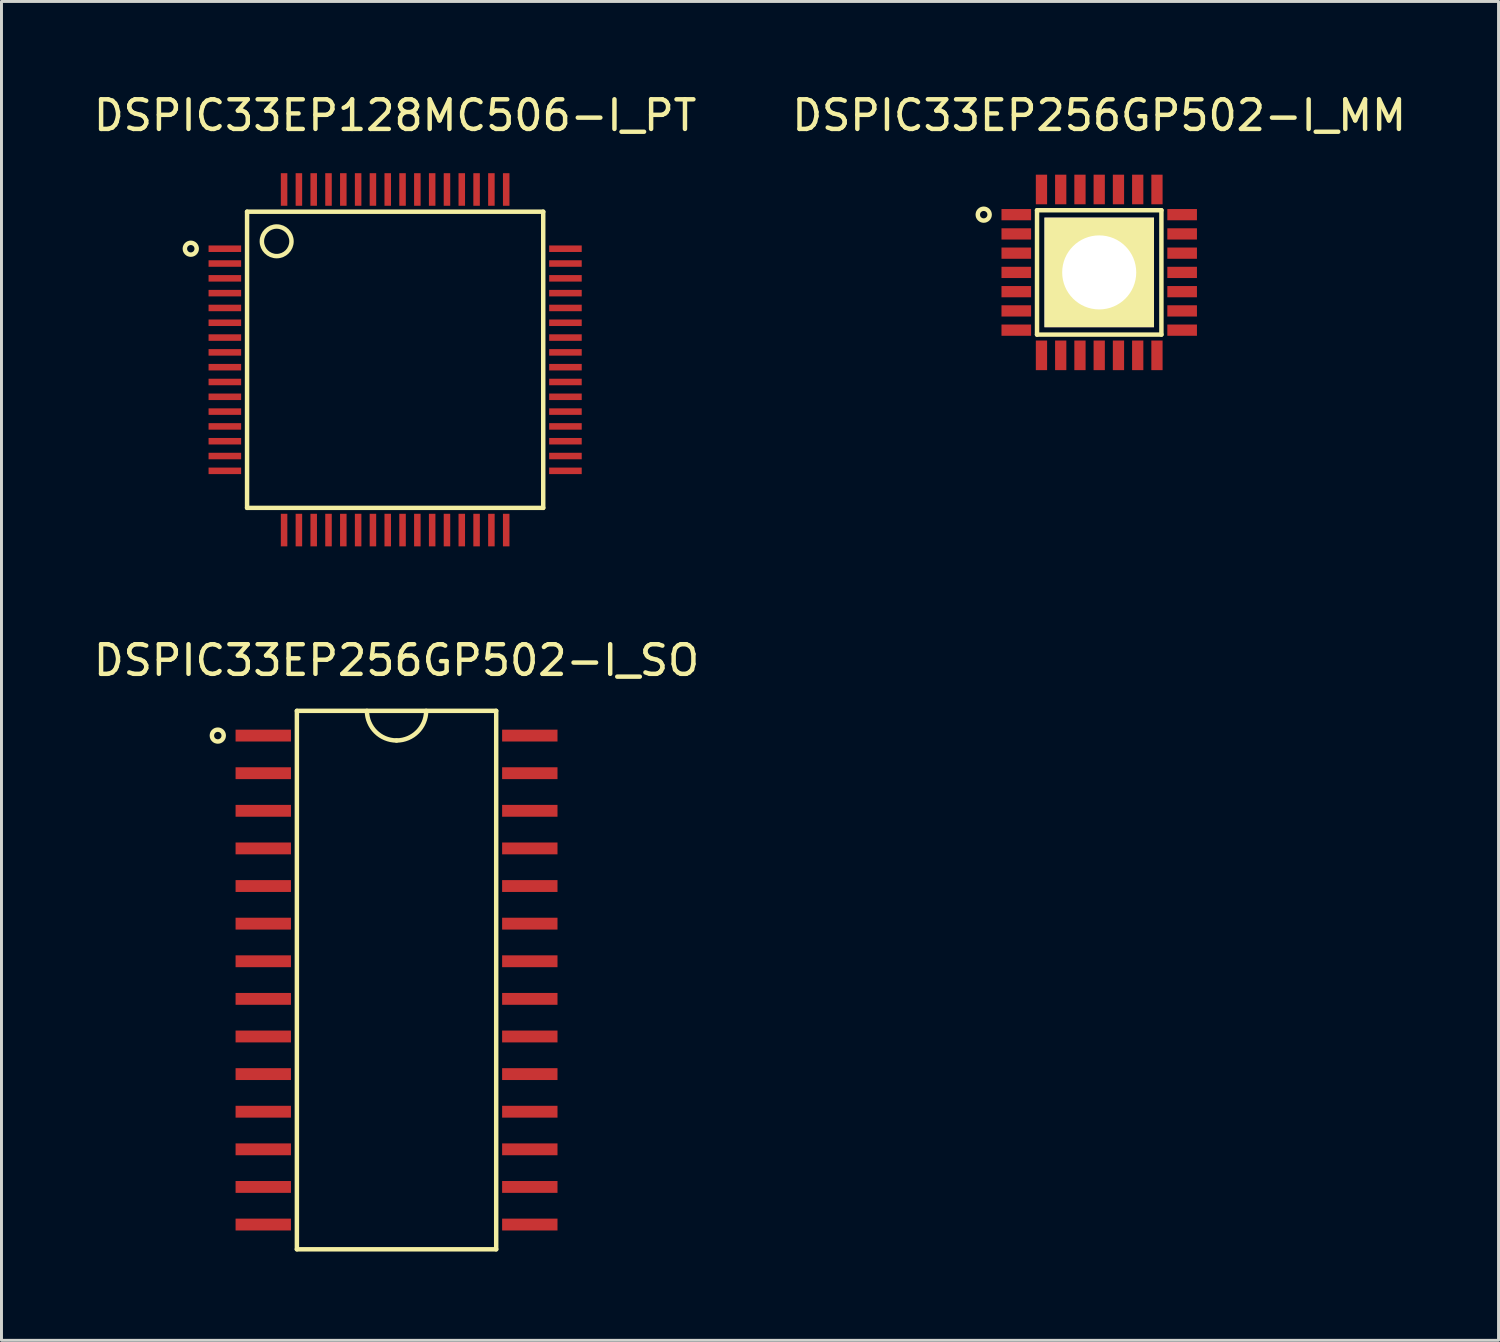
<source format=kicad_pcb>
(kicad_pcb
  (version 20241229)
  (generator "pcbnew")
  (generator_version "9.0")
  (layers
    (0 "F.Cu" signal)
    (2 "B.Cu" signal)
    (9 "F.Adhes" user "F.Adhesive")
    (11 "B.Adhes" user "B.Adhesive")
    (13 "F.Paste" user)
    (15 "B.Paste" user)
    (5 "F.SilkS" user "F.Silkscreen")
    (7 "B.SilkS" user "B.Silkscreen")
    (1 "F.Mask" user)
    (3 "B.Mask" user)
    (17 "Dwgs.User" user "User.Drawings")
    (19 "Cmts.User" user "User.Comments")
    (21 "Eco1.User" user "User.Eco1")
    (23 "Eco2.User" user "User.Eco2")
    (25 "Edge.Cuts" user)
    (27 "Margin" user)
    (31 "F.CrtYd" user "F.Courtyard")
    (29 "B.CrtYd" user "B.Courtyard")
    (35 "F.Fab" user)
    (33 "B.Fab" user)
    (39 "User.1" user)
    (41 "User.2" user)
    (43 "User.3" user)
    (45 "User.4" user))
  (footprint "DSPIC33EP256GP502-I_SO"
    (layer "F.Cu")
    (at 5.839 21.787)
    (property "Reference" "DSPIC33EP256GP502-I_SO" (at 4.5 -2.54 0) (layer "F.SilkS") (effects (font (size 1 1) (thickness 0.15))))
    (attr through_hole)
    (fp_line (start 1.135 -0.835) (end 7.865 -0.835) (stroke (width 0.15) (type solid)) (layer "F.SilkS"))
    (fp_line (start 1.135 17.345) (end 1.135 -0.835) (stroke (width 0.15) (type solid)) (layer "F.SilkS"))
    (fp_line (start 7.865 -0.835) (end 7.865 17.345) (stroke (width 0.15) (type solid)) (layer "F.SilkS"))
    (fp_line (start 7.865 17.345) (end 1.135 17.345) (stroke (width 0.15) (type solid)) (layer "F.SilkS"))
    (fp_arc (start 4.5 0.165) (mid 3.792893 -0.127893) (end 3.5 -0.835) (stroke (width 0.15) (type solid)) (layer "F.SilkS"))
    (fp_arc (start 5.5 -0.835) (mid 5.207107 -0.127893) (end 4.5 0.165) (stroke (width 0.15) (type solid)) (layer "F.SilkS"))
    (fp_circle (center -1.535 0) (end -1.535 0.2) (stroke (width 0.15) (type solid)) (fill no) (layer "F.SilkS"))
    (pad "1" smd rect (at 0 0) (size 1.87 0.4) (layers "F.Cu" "F.Mask" "F.Paste"))
    (pad "2" smd rect (at 0 1.27) (size 1.87 0.4) (layers "F.Cu" "F.Mask" "F.Paste"))
    (pad "3" smd rect (at 0 2.54) (size 1.87 0.4) (layers "F.Cu" "F.Mask" "F.Paste"))
    (pad "4" smd rect (at 0 3.81) (size 1.87 0.4) (layers "F.Cu" "F.Mask" "F.Paste"))
    (pad "5" smd rect (at 0 5.08) (size 1.87 0.4) (layers "F.Cu" "F.Mask" "F.Paste"))
    (pad "6" smd rect (at 0 6.35) (size 1.87 0.4) (layers "F.Cu" "F.Mask" "F.Paste"))
    (pad "7" smd rect (at 0 7.62) (size 1.87 0.4) (layers "F.Cu" "F.Mask" "F.Paste"))
    (pad "8" smd rect (at 0 8.89) (size 1.87 0.4) (layers "F.Cu" "F.Mask" "F.Paste"))
    (pad "9" smd rect (at 0 10.16) (size 1.87 0.4) (layers "F.Cu" "F.Mask" "F.Paste"))
    (pad "10" smd rect (at 0 11.43) (size 1.87 0.4) (layers "F.Cu" "F.Mask" "F.Paste"))
    (pad "11" smd rect (at 0 12.7) (size 1.87 0.4) (layers "F.Cu" "F.Mask" "F.Paste"))
    (pad "12" smd rect (at 0 13.97) (size 1.87 0.4) (layers "F.Cu" "F.Mask" "F.Paste"))
    (pad "13" smd rect (at 0 15.24) (size 1.87 0.4) (layers "F.Cu" "F.Mask" "F.Paste"))
    (pad "14" smd rect (at 0 16.51) (size 1.87 0.4) (layers "F.Cu" "F.Mask" "F.Paste"))
    (pad "15" smd rect (at 9 16.51) (size 1.87 0.4) (layers "F.Cu" "F.Mask" "F.Paste"))
    (pad "16" smd rect (at 9 15.24) (size 1.87 0.4) (layers "F.Cu" "F.Mask" "F.Paste"))
    (pad "17" smd rect (at 9 13.97) (size 1.87 0.4) (layers "F.Cu" "F.Mask" "F.Paste"))
    (pad "18" smd rect (at 9 12.7) (size 1.87 0.4) (layers "F.Cu" "F.Mask" "F.Paste"))
    (pad "19" smd rect (at 9 11.43) (size 1.87 0.4) (layers "F.Cu" "F.Mask" "F.Paste"))
    (pad "20" smd rect (at 9 10.16) (size 1.87 0.4) (layers "F.Cu" "F.Mask" "F.Paste"))
    (pad "21" smd rect (at 9 8.89) (size 1.87 0.4) (layers "F.Cu" "F.Mask" "F.Paste"))
    (pad "22" smd rect (at 9 7.62) (size 1.87 0.4) (layers "F.Cu" "F.Mask" "F.Paste"))
    (pad "23" smd rect (at 9 6.35) (size 1.87 0.4) (layers "F.Cu" "F.Mask" "F.Paste"))
    (pad "24" smd rect (at 9 5.08) (size 1.87 0.4) (layers "F.Cu" "F.Mask" "F.Paste"))
    (pad "25" smd rect (at 9 3.81) (size 1.87 0.4) (layers "F.Cu" "F.Mask" "F.Paste"))
    (pad "26" smd rect (at 9 2.54) (size 1.87 0.4) (layers "F.Cu" "F.Mask" "F.Paste"))
    (pad "27" smd rect (at 9 1.27) (size 1.87 0.4) (layers "F.Cu" "F.Mask" "F.Paste"))
    (pad "28" smd rect (at 9 0) (size 1.87 0.4) (layers "F.Cu" "F.Mask" "F.Paste")))
  (footprint "DSPIC33EP256GP502-I_MM"
    (layer "F.Cu")
    (at 31.265 3.348)
    (property "Reference" "DSPIC33EP256GP502-I_MM" (at 2.8 -2.5 0) (layer "F.SilkS") (effects (font (size 1 1) (thickness 0.15))))
    (attr through_hole)
    (fp_line (start 0.7 0.7) (end 0.7 4.9) (stroke (width 0.15) (type solid)) (layer "F.SilkS"))
    (fp_line (start 0.7 0.7) (end 4.9 0.7) (stroke (width 0.15) (type solid)) (layer "F.SilkS"))
    (fp_line (start 0.7 4.9) (end 4.9 4.9) (stroke (width 0.15) (type solid)) (layer "F.SilkS"))
    (fp_line (start 4.9 4.9) (end 4.9 0.7) (stroke (width 0.15) (type solid)) (layer "F.SilkS"))
    (fp_circle (center -1.1 0.85) (end -1.1 0.65) (stroke (width 0.15) (type solid)) (fill no) (layer "F.SilkS"))
    (fp_circle (center 1.7 1.7) (end 1.7 1.2) (stroke (width 0.15) (type solid)) (fill no) (layer "F.SilkS"))
    (pad "1" smd rect (at 0 0.85) (size 1 0.38) (layers "F.Cu" "F.Mask" "F.Paste"))
    (pad "2" smd rect (at 0 1.5) (size 1 0.38) (layers "F.Cu" "F.Mask" "F.Paste"))
    (pad "3" smd rect (at 0 2.15) (size 1 0.38) (layers "F.Cu" "F.Mask" "F.Paste"))
    (pad "4" smd rect (at 0 2.8) (size 1 0.38) (layers "F.Cu" "F.Mask" "F.Paste"))
    (pad "5" smd rect (at 0 3.45) (size 1 0.38) (layers "F.Cu" "F.Mask" "F.Paste"))
    (pad "6" smd rect (at 0 4.1) (size 1 0.38) (layers "F.Cu" "F.Mask" "F.Paste"))
    (pad "7" smd rect (at 0 4.75) (size 1 0.38) (layers "F.Cu" "F.Mask" "F.Paste"))
    (pad "8" smd rect (at 0.85 5.6) (size 0.38 1) (layers "F.Cu" "F.Mask" "F.Paste"))
    (pad "9" smd rect (at 1.5 5.6) (size 0.38 1) (layers "F.Cu" "F.Mask" "F.Paste"))
    (pad "10" smd rect (at 2.15 5.6) (size 0.38 1) (layers "F.Cu" "F.Mask" "F.Paste"))
    (pad "11" smd rect (at 2.8 5.6) (size 0.38 1) (layers "F.Cu" "F.Mask" "F.Paste"))
    (pad "12" smd rect (at 3.45 5.6) (size 0.38 1) (layers "F.Cu" "F.Mask" "F.Paste"))
    (pad "13" smd rect (at 4.1 5.6) (size 0.38 1) (layers "F.Cu" "F.Mask" "F.Paste"))
    (pad "14" smd rect (at 4.75 5.6) (size 0.38 1) (layers "F.Cu" "F.Mask" "F.Paste"))
    (pad "15" smd rect (at 5.6 4.75) (size 1 0.38) (layers "F.Cu" "F.Mask" "F.Paste"))
    (pad "16" smd rect (at 5.6 4.1) (size 1 0.38) (layers "F.Cu" "F.Mask" "F.Paste"))
    (pad "17" smd rect (at 5.6 3.45) (size 1 0.38) (layers "F.Cu" "F.Mask" "F.Paste"))
    (pad "18" smd rect (at 5.6 2.8) (size 1 0.38) (layers "F.Cu" "F.Mask" "F.Paste"))
    (pad "19" smd rect (at 5.6 2.15) (size 1 0.38) (layers "F.Cu" "F.Mask" "F.Paste"))
    (pad "20" smd rect (at 5.6 1.5) (size 1 0.38) (layers "F.Cu" "F.Mask" "F.Paste"))
    (pad "21" smd rect (at 5.6 0.85) (size 1 0.38) (layers "F.Cu" "F.Mask" "F.Paste"))
    (pad "22" smd rect (at 4.75 0) (size 0.38 1) (layers "F.Cu" "F.Mask" "F.Paste"))
    (pad "23" smd rect (at 4.1 0) (size 0.38 1) (layers "F.Cu" "F.Mask" "F.Paste"))
    (pad "24" smd rect (at 3.45 0) (size 0.38 1) (layers "F.Cu" "F.Mask" "F.Paste"))
    (pad "25" smd rect (at 2.8 0) (size 0.38 1) (layers "F.Cu" "F.Mask" "F.Paste"))
    (pad "26" smd rect (at 2.15 0) (size 0.38 1) (layers "F.Cu" "F.Mask" "F.Paste"))
    (pad "27" smd rect (at 1.5 0) (size 0.38 1) (layers "F.Cu" "F.Mask" "F.Paste"))
    (pad "28" smd rect (at 0.85 0) (size 0.38 1) (layers "F.Cu" "F.Mask" "F.Paste"))
    (pad "999" thru_hole rect (at 2.8 2.8) (size 3.7 3.7) (drill 2.5) (layers "*.Cu" "*.Mask" "F.SilkS")))
  (footprint "DSPIC33EP128MC506-I_PT"
    (layer "F.Cu")
    (at 4.542 3.348)
    (property "Reference" "DSPIC33EP128MC506-I_PT" (at 5.75 -2.5 0) (layer "F.SilkS") (effects (font (size 1 1) (thickness 0.15))))
    (attr through_hole)
    (fp_line (start 0.75 0.75) (end 0.75 10.75) (stroke (width 0.15) (type solid)) (layer "F.SilkS"))
    (fp_line (start 0.75 0.75) (end 10.75 0.75) (stroke (width 0.15) (type solid)) (layer "F.SilkS"))
    (fp_line (start 0.75 10.75) (end 10.75 10.75) (stroke (width 0.15) (type solid)) (layer "F.SilkS"))
    (fp_line (start 10.75 10.75) (end 10.75 0.75) (stroke (width 0.15) (type solid)) (layer "F.SilkS"))
    (fp_circle (center -1.15 2) (end -1.15 1.8) (stroke (width 0.15) (type solid)) (fill no) (layer "F.SilkS"))
    (fp_circle (center 1.75 1.75) (end 1.75 1.25) (stroke (width 0.15) (type solid)) (fill no) (layer "F.SilkS"))
    (pad "1" smd rect (at 0 2) (size 1.1 0.22) (layers "F.Cu" "F.Mask" "F.Paste"))
    (pad "2" smd rect (at 0 2.5) (size 1.1 0.22) (layers "F.Cu" "F.Mask" "F.Paste"))
    (pad "3" smd rect (at 0 3) (size 1.1 0.22) (layers "F.Cu" "F.Mask" "F.Paste"))
    (pad "4" smd rect (at 0 3.5) (size 1.1 0.22) (layers "F.Cu" "F.Mask" "F.Paste"))
    (pad "5" smd rect (at 0 4) (size 1.1 0.22) (layers "F.Cu" "F.Mask" "F.Paste"))
    (pad "6" smd rect (at 0 4.5) (size 1.1 0.22) (layers "F.Cu" "F.Mask" "F.Paste"))
    (pad "7" smd rect (at 0 5) (size 1.1 0.22) (layers "F.Cu" "F.Mask" "F.Paste"))
    (pad "8" smd rect (at 0 5.5) (size 1.1 0.22) (layers "F.Cu" "F.Mask" "F.Paste"))
    (pad "9" smd rect (at 0 6) (size 1.1 0.22) (layers "F.Cu" "F.Mask" "F.Paste"))
    (pad "10" smd rect (at 0 6.5) (size 1.1 0.22) (layers "F.Cu" "F.Mask" "F.Paste"))
    (pad "11" smd rect (at 0 7) (size 1.1 0.22) (layers "F.Cu" "F.Mask" "F.Paste"))
    (pad "12" smd rect (at 0 7.5) (size 1.1 0.22) (layers "F.Cu" "F.Mask" "F.Paste"))
    (pad "13" smd rect (at 0 8) (size 1.1 0.22) (layers "F.Cu" "F.Mask" "F.Paste"))
    (pad "14" smd rect (at 0 8.5) (size 1.1 0.22) (layers "F.Cu" "F.Mask" "F.Paste"))
    (pad "15" smd rect (at 0 9) (size 1.1 0.22) (layers "F.Cu" "F.Mask" "F.Paste"))
    (pad "16" smd rect (at 0 9.5) (size 1.1 0.22) (layers "F.Cu" "F.Mask" "F.Paste"))
    (pad "17" smd rect (at 2 11.5) (size 0.22 1.1) (layers "F.Cu" "F.Mask" "F.Paste"))
    (pad "18" smd rect (at 2.5 11.5) (size 0.22 1.1) (layers "F.Cu" "F.Mask" "F.Paste"))
    (pad "19" smd rect (at 3 11.5) (size 0.22 1.1) (layers "F.Cu" "F.Mask" "F.Paste"))
    (pad "20" smd rect (at 3.5 11.5) (size 0.22 1.1) (layers "F.Cu" "F.Mask" "F.Paste"))
    (pad "21" smd rect (at 4 11.5) (size 0.22 1.1) (layers "F.Cu" "F.Mask" "F.Paste"))
    (pad "22" smd rect (at 4.5 11.5) (size 0.22 1.1) (layers "F.Cu" "F.Mask" "F.Paste"))
    (pad "23" smd rect (at 5 11.5) (size 0.22 1.1) (layers "F.Cu" "F.Mask" "F.Paste"))
    (pad "24" smd rect (at 5.5 11.5) (size 0.22 1.1) (layers "F.Cu" "F.Mask" "F.Paste"))
    (pad "25" smd rect (at 6 11.5) (size 0.22 1.1) (layers "F.Cu" "F.Mask" "F.Paste"))
    (pad "26" smd rect (at 6.5 11.5) (size 0.22 1.1) (layers "F.Cu" "F.Mask" "F.Paste"))
    (pad "27" smd rect (at 7 11.5) (size 0.22 1.1) (layers "F.Cu" "F.Mask" "F.Paste"))
    (pad "28" smd rect (at 7.5 11.5) (size 0.22 1.1) (layers "F.Cu" "F.Mask" "F.Paste"))
    (pad "29" smd rect (at 8 11.5) (size 0.22 1.1) (layers "F.Cu" "F.Mask" "F.Paste"))
    (pad "30" smd rect (at 8.5 11.5) (size 0.22 1.1) (layers "F.Cu" "F.Mask" "F.Paste"))
    (pad "31" smd rect (at 9 11.5) (size 0.22 1.1) (layers "F.Cu" "F.Mask" "F.Paste"))
    (pad "32" smd rect (at 9.5 11.5) (size 0.22 1.1) (layers "F.Cu" "F.Mask" "F.Paste"))
    (pad "33" smd rect (at 11.5 9.5) (size 1.1 0.22) (layers "F.Cu" "F.Mask" "F.Paste"))
    (pad "34" smd rect (at 11.5 9) (size 1.1 0.22) (layers "F.Cu" "F.Mask" "F.Paste"))
    (pad "35" smd rect (at 11.5 8.5) (size 1.1 0.22) (layers "F.Cu" "F.Mask" "F.Paste"))
    (pad "36" smd rect (at 11.5 8) (size 1.1 0.22) (layers "F.Cu" "F.Mask" "F.Paste"))
    (pad "37" smd rect (at 11.5 7.5) (size 1.1 0.22) (layers "F.Cu" "F.Mask" "F.Paste"))
    (pad "38" smd rect (at 11.5 7) (size 1.1 0.22) (layers "F.Cu" "F.Mask" "F.Paste"))
    (pad "39" smd rect (at 11.5 6.5) (size 1.1 0.22) (layers "F.Cu" "F.Mask" "F.Paste"))
    (pad "40" smd rect (at 11.5 6) (size 1.1 0.22) (layers "F.Cu" "F.Mask" "F.Paste"))
    (pad "41" smd rect (at 11.5 5.5) (size 1.1 0.22) (layers "F.Cu" "F.Mask" "F.Paste"))
    (pad "42" smd rect (at 11.5 5) (size 1.1 0.22) (layers "F.Cu" "F.Mask" "F.Paste"))
    (pad "43" smd rect (at 11.5 4.5) (size 1.1 0.22) (layers "F.Cu" "F.Mask" "F.Paste"))
    (pad "44" smd rect (at 11.5 4) (size 1.1 0.22) (layers "F.Cu" "F.Mask" "F.Paste"))
    (pad "45" smd rect (at 11.5 3.5) (size 1.1 0.22) (layers "F.Cu" "F.Mask" "F.Paste"))
    (pad "46" smd rect (at 11.5 3) (size 1.1 0.22) (layers "F.Cu" "F.Mask" "F.Paste"))
    (pad "47" smd rect (at 11.5 2.5) (size 1.1 0.22) (layers "F.Cu" "F.Mask" "F.Paste"))
    (pad "48" smd rect (at 11.5 2) (size 1.1 0.22) (layers "F.Cu" "F.Mask" "F.Paste"))
    (pad "49" smd rect (at 9.5 0) (size 0.22 1.1) (layers "F.Cu" "F.Mask" "F.Paste"))
    (pad "50" smd rect (at 9 0) (size 0.22 1.1) (layers "F.Cu" "F.Mask" "F.Paste"))
    (pad "51" smd rect (at 8.5 0) (size 0.22 1.1) (layers "F.Cu" "F.Mask" "F.Paste"))
    (pad "52" smd rect (at 8 0) (size 0.22 1.1) (layers "F.Cu" "F.Mask" "F.Paste"))
    (pad "53" smd rect (at 7.5 0) (size 0.22 1.1) (layers "F.Cu" "F.Mask" "F.Paste"))
    (pad "54" smd rect (at 7 0) (size 0.22 1.1) (layers "F.Cu" "F.Mask" "F.Paste"))
    (pad "55" smd rect (at 6.5 0) (size 0.22 1.1) (layers "F.Cu" "F.Mask" "F.Paste"))
    (pad "56" smd rect (at 6 0) (size 0.22 1.1) (layers "F.Cu" "F.Mask" "F.Paste"))
    (pad "57" smd rect (at 5.5 0) (size 0.22 1.1) (layers "F.Cu" "F.Mask" "F.Paste"))
    (pad "58" smd rect (at 5 0) (size 0.22 1.1) (layers "F.Cu" "F.Mask" "F.Paste"))
    (pad "59" smd rect (at 4.5 0) (size 0.22 1.1) (layers "F.Cu" "F.Mask" "F.Paste"))
    (pad "60" smd rect (at 4 0) (size 0.22 1.1) (layers "F.Cu" "F.Mask" "F.Paste"))
    (pad "61" smd rect (at 3.5 0) (size 0.22 1.1) (layers "F.Cu" "F.Mask" "F.Paste"))
    (pad "62" smd rect (at 3 0) (size 0.22 1.1) (layers "F.Cu" "F.Mask" "F.Paste"))
    (pad "63" smd rect (at 2.5 0) (size 0.22 1.1) (layers "F.Cu" "F.Mask" "F.Paste"))
    (pad "64" smd rect (at 2 0) (size 0.22 1.1) (layers "F.Cu" "F.Mask" "F.Paste")))
  (gr_rect
    (start -3 -3)
    (end 47.548 42.206)
    (stroke (width 0.1) (type default))
    (fill no)
    (layer "Edge.Cuts")))
</source>
